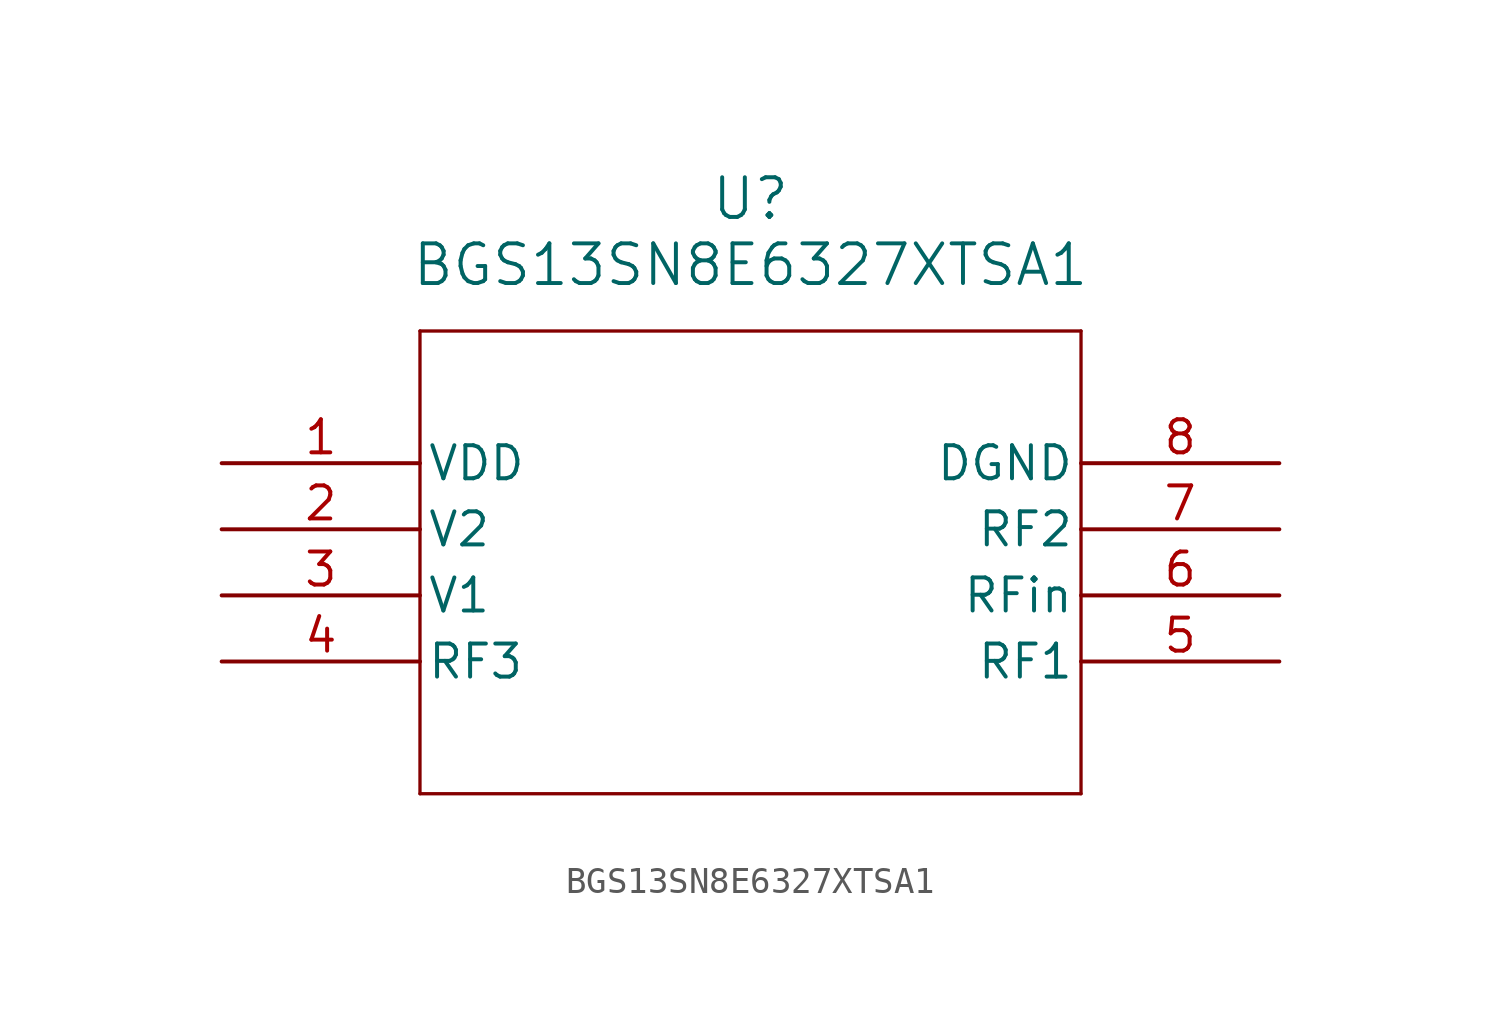
<source format=kicad_sym>
(kicad_symbol_lib
  (version 20211014)
  (generator kicad_symbol_editor)
  (symbol "BGS13SN8E6327XTSA1"
    (pin_names
      (offset 0.254))
    (property "Reference" "U"
      (at 20.32 10.16 0)
      (effects (font (size 1.524 1.524))))
    (property "Value" "BGS13SN8E6327XTSA1"
      (at 20.32 7.62 0)
      (effects (font (size 1.524 1.524))))
    (symbol "BGS13SN8E6327XTSA1_0_1"
      (polyline (pts (xy 7.62 5.08) (xy 7.62 -12.7)) (stroke (width 0.127) (type default) (color 0 0 0 0)) (fill (type none)))
      (polyline (pts (xy 7.62 -12.7) (xy 33.02 -12.7)) (stroke (width 0.127) (type default) (color 0 0 0 0)) (fill (type none)))
      (polyline (pts (xy 33.02 -12.7) (xy 33.02 5.08)) (stroke (width 0.127) (type default) (color 0 0 0 0)) (fill (type none)))
      (polyline (pts (xy 33.02 5.08) (xy 7.62 5.08)) (stroke (width 0.127) (type default) (color 0 0 0 0)) (fill (type none)))
      (pin power_in line (at 0 0 0) (length 7.62) (name "VDD" (effects (font (size 1.27 1.27)))) (number "1" (effects (font (size 1.27 1.27)))))
      (pin bidirectional line (at 0 -2.54 0) (length 7.62) (name "V2" (effects (font (size 1.27 1.27)))) (number "2" (effects (font (size 1.27 1.27)))))
      (pin bidirectional line (at 0 -5.08 0) (length 7.62) (name "V1" (effects (font (size 1.27 1.27)))) (number "3" (effects (font (size 1.27 1.27)))))
      (pin bidirectional line (at 0 -7.62 0) (length 7.62) (name "RF3" (effects (font (size 1.27 1.27)))) (number "4" (effects (font (size 1.27 1.27)))))
      (pin bidirectional line (at 40.64 -7.62 180) (length 7.62) (name "RF1" (effects (font (size 1.27 1.27)))) (number "5" (effects (font (size 1.27 1.27)))))
      (pin unspecified line (at 40.64 -5.08 180) (length 7.62) (name "RFin" (effects (font (size 1.27 1.27)))) (number "6" (effects (font (size 1.27 1.27)))))
      (pin bidirectional line (at 40.64 -2.54 180) (length 7.62) (name "RF2" (effects (font (size 1.27 1.27)))) (number "7" (effects (font (size 1.27 1.27)))))
      (pin power_out line (at 40.64 0 180) (length 7.62) (name "DGND" (effects (font (size 1.27 1.27)))) (number "8" (effects (font (size 1.27 1.27))))))))
</source>
